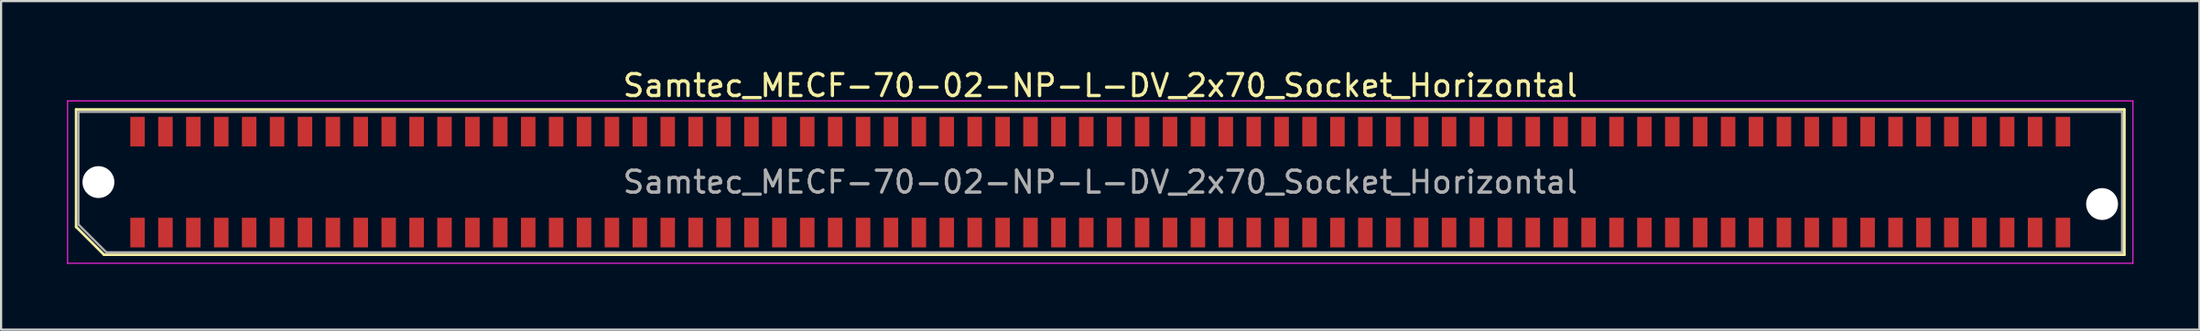
<source format=kicad_pcb>
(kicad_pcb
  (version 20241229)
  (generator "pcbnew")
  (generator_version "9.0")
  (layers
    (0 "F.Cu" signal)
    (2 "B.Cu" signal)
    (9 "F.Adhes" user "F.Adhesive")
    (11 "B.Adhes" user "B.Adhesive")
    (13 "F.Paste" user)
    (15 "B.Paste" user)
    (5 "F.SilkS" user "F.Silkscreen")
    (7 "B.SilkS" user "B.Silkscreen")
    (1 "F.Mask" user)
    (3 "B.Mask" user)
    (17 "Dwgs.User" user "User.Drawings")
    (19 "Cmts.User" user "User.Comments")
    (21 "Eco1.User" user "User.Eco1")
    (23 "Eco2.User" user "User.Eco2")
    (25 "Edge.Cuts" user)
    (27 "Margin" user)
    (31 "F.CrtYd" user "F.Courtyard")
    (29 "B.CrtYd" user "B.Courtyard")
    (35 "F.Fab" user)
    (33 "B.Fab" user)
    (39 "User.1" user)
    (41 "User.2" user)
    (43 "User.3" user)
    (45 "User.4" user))
  (footprint "Samtec_MECF-70-02-NP-L-DV_2x70_Socket_Horizontal"
    (layer "F.Cu")
    (at 47.025 5.248)
    (property "Reference" "Samtec_MECF-70-02-NP-L-DV_2x70_Socket_Horizontal" (at 0 -4.4 0) (layer "F.SilkS") (effects (font (size 1 1) (thickness 0.15))))
    (attr smd)
    (fp_line (start -46.61 -3.31) (end 46.61 -3.31) (stroke (width 0.12) (type solid)) (layer "F.SilkS"))
    (fp_line (start -46.61 2.04) (end -46.61 -3.31) (stroke (width 0.12) (type solid)) (layer "F.SilkS"))
    (fp_line (start -45.34 3.31) (end -46.61 2.04) (stroke (width 0.12) (type solid)) (layer "F.SilkS"))
    (fp_line (start -45.34 3.31) (end 46.61 3.31) (stroke (width 0.12) (type solid)) (layer "F.SilkS"))
    (fp_line (start 46.61 3.31) (end 46.61 -3.31) (stroke (width 0.12) (type solid)) (layer "F.SilkS"))
    (fp_line (start -47 -3.7) (end -47 3.7) (stroke (width 0.05) (type solid)) (layer "F.CrtYd"))
    (fp_line (start -47 3.7) (end 47 3.7) (stroke (width 0.05) (type solid)) (layer "F.CrtYd"))
    (fp_line (start 47 -3.7) (end -47 -3.7) (stroke (width 0.05) (type solid)) (layer "F.CrtYd"))
    (fp_line (start 47 3.7) (end 47 -3.7) (stroke (width 0.05) (type solid)) (layer "F.CrtYd"))
    (fp_line (start -46.505 -3.2) (end 46.505 -3.2) (stroke (width 0.1) (type solid)) (layer "F.Fab"))
    (fp_line (start -46.505 1.93) (end -46.505 -3.2) (stroke (width 0.1) (type solid)) (layer "F.Fab"))
    (fp_line (start -46.505 1.93) (end -45.235 3.2) (stroke (width 0.1) (type solid)) (layer "F.Fab"))
    (fp_line (start -45.235 3.2) (end 46.505 3.2) (stroke (width 0.1) (type solid)) (layer "F.Fab"))
    (fp_line (start 46.505 3.2) (end 46.505 -3.2) (stroke (width 0.1) (type solid)) (layer "F.Fab"))
    (fp_text user "${REFERENCE}" (at 0 0 0) (layer "F.Fab") (effects (font (size 1 1) (thickness 0.15))))
    (pad "" np_thru_hole circle (at -45.595 0) (size 1.45 1.45) (drill 1.45) (layers "*.Cu" "*.Mask"))
    (pad "" np_thru_hole circle (at 45.595 1) (size 1.45 1.45) (drill 1.45) (layers "*.Cu" "*.Mask"))
    (pad "1" smd rect (at -43.815 2.3) (size 0.66 1.35) (layers "F.Cu" "F.Mask" "F.Paste"))
    (pad "2" smd rect (at -43.815 -2.3) (size 0.66 1.35) (layers "F.Cu" "F.Mask" "F.Paste"))
    (pad "3" smd rect (at -42.545 2.3) (size 0.66 1.35) (layers "F.Cu" "F.Mask" "F.Paste"))
    (pad "4" smd rect (at -42.545 -2.3) (size 0.66 1.35) (layers "F.Cu" "F.Mask" "F.Paste"))
    (pad "5" smd rect (at -41.275 2.3) (size 0.66 1.35) (layers "F.Cu" "F.Mask" "F.Paste"))
    (pad "6" smd rect (at -41.275 -2.3) (size 0.66 1.35) (layers "F.Cu" "F.Mask" "F.Paste"))
    (pad "7" smd rect (at -40.005 2.3) (size 0.66 1.35) (layers "F.Cu" "F.Mask" "F.Paste"))
    (pad "8" smd rect (at -40.005 -2.3) (size 0.66 1.35) (layers "F.Cu" "F.Mask" "F.Paste"))
    (pad "9" smd rect (at -38.735 2.3) (size 0.66 1.35) (layers "F.Cu" "F.Mask" "F.Paste"))
    (pad "10" smd rect (at -38.735 -2.3) (size 0.66 1.35) (layers "F.Cu" "F.Mask" "F.Paste"))
    (pad "11" smd rect (at -37.465 2.3) (size 0.66 1.35) (layers "F.Cu" "F.Mask" "F.Paste"))
    (pad "12" smd rect (at -37.465 -2.3) (size 0.66 1.35) (layers "F.Cu" "F.Mask" "F.Paste"))
    (pad "13" smd rect (at -36.195 2.3) (size 0.66 1.35) (layers "F.Cu" "F.Mask" "F.Paste"))
    (pad "14" smd rect (at -36.195 -2.3) (size 0.66 1.35) (layers "F.Cu" "F.Mask" "F.Paste"))
    (pad "15" smd rect (at -34.925 2.3) (size 0.66 1.35) (layers "F.Cu" "F.Mask" "F.Paste"))
    (pad "16" smd rect (at -34.925 -2.3) (size 0.66 1.35) (layers "F.Cu" "F.Mask" "F.Paste"))
    (pad "17" smd rect (at -33.655 2.3) (size 0.66 1.35) (layers "F.Cu" "F.Mask" "F.Paste"))
    (pad "18" smd rect (at -33.655 -2.3) (size 0.66 1.35) (layers "F.Cu" "F.Mask" "F.Paste"))
    (pad "19" smd rect (at -32.385 2.3) (size 0.66 1.35) (layers "F.Cu" "F.Mask" "F.Paste"))
    (pad "20" smd rect (at -32.385 -2.3) (size 0.66 1.35) (layers "F.Cu" "F.Mask" "F.Paste"))
    (pad "21" smd rect (at -31.115 2.3) (size 0.66 1.35) (layers "F.Cu" "F.Mask" "F.Paste"))
    (pad "22" smd rect (at -31.115 -2.3) (size 0.66 1.35) (layers "F.Cu" "F.Mask" "F.Paste"))
    (pad "23" smd rect (at -29.845 2.3) (size 0.66 1.35) (layers "F.Cu" "F.Mask" "F.Paste"))
    (pad "24" smd rect (at -29.845 -2.3) (size 0.66 1.35) (layers "F.Cu" "F.Mask" "F.Paste"))
    (pad "25" smd rect (at -28.575 2.3) (size 0.66 1.35) (layers "F.Cu" "F.Mask" "F.Paste"))
    (pad "26" smd rect (at -28.575 -2.3) (size 0.66 1.35) (layers "F.Cu" "F.Mask" "F.Paste"))
    (pad "27" smd rect (at -27.305 2.3) (size 0.66 1.35) (layers "F.Cu" "F.Mask" "F.Paste"))
    (pad "28" smd rect (at -27.305 -2.3) (size 0.66 1.35) (layers "F.Cu" "F.Mask" "F.Paste"))
    (pad "29" smd rect (at -26.035 2.3) (size 0.66 1.35) (layers "F.Cu" "F.Mask" "F.Paste"))
    (pad "30" smd rect (at -26.035 -2.3) (size 0.66 1.35) (layers "F.Cu" "F.Mask" "F.Paste"))
    (pad "31" smd rect (at -24.765 2.3) (size 0.66 1.35) (layers "F.Cu" "F.Mask" "F.Paste"))
    (pad "32" smd rect (at -24.765 -2.3) (size 0.66 1.35) (layers "F.Cu" "F.Mask" "F.Paste"))
    (pad "33" smd rect (at -23.495 2.3) (size 0.66 1.35) (layers "F.Cu" "F.Mask" "F.Paste"))
    (pad "34" smd rect (at -23.495 -2.3) (size 0.66 1.35) (layers "F.Cu" "F.Mask" "F.Paste"))
    (pad "35" smd rect (at -22.225 2.3) (size 0.66 1.35) (layers "F.Cu" "F.Mask" "F.Paste"))
    (pad "36" smd rect (at -22.225 -2.3) (size 0.66 1.35) (layers "F.Cu" "F.Mask" "F.Paste"))
    (pad "37" smd rect (at -20.955 2.3) (size 0.66 1.35) (layers "F.Cu" "F.Mask" "F.Paste"))
    (pad "38" smd rect (at -20.955 -2.3) (size 0.66 1.35) (layers "F.Cu" "F.Mask" "F.Paste"))
    (pad "39" smd rect (at -19.685 2.3) (size 0.66 1.35) (layers "F.Cu" "F.Mask" "F.Paste"))
    (pad "40" smd rect (at -19.685 -2.3) (size 0.66 1.35) (layers "F.Cu" "F.Mask" "F.Paste"))
    (pad "41" smd rect (at -18.415 2.3) (size 0.66 1.35) (layers "F.Cu" "F.Mask" "F.Paste"))
    (pad "42" smd rect (at -18.415 -2.3) (size 0.66 1.35) (layers "F.Cu" "F.Mask" "F.Paste"))
    (pad "43" smd rect (at -17.145 2.3) (size 0.66 1.35) (layers "F.Cu" "F.Mask" "F.Paste"))
    (pad "44" smd rect (at -17.145 -2.3) (size 0.66 1.35) (layers "F.Cu" "F.Mask" "F.Paste"))
    (pad "45" smd rect (at -15.875 2.3) (size 0.66 1.35) (layers "F.Cu" "F.Mask" "F.Paste"))
    (pad "46" smd rect (at -15.875 -2.3) (size 0.66 1.35) (layers "F.Cu" "F.Mask" "F.Paste"))
    (pad "47" smd rect (at -14.605 2.3) (size 0.66 1.35) (layers "F.Cu" "F.Mask" "F.Paste"))
    (pad "48" smd rect (at -14.605 -2.3) (size 0.66 1.35) (layers "F.Cu" "F.Mask" "F.Paste"))
    (pad "49" smd rect (at -13.335 2.3) (size 0.66 1.35) (layers "F.Cu" "F.Mask" "F.Paste"))
    (pad "50" smd rect (at -13.335 -2.3) (size 0.66 1.35) (layers "F.Cu" "F.Mask" "F.Paste"))
    (pad "51" smd rect (at -12.065 2.3) (size 0.66 1.35) (layers "F.Cu" "F.Mask" "F.Paste"))
    (pad "52" smd rect (at -12.065 -2.3) (size 0.66 1.35) (layers "F.Cu" "F.Mask" "F.Paste"))
    (pad "53" smd rect (at -10.795 2.3) (size 0.66 1.35) (layers "F.Cu" "F.Mask" "F.Paste"))
    (pad "54" smd rect (at -10.795 -2.3) (size 0.66 1.35) (layers "F.Cu" "F.Mask" "F.Paste"))
    (pad "55" smd rect (at -9.525 2.3) (size 0.66 1.35) (layers "F.Cu" "F.Mask" "F.Paste"))
    (pad "56" smd rect (at -9.525 -2.3) (size 0.66 1.35) (layers "F.Cu" "F.Mask" "F.Paste"))
    (pad "57" smd rect (at -8.255 2.3) (size 0.66 1.35) (layers "F.Cu" "F.Mask" "F.Paste"))
    (pad "58" smd rect (at -8.255 -2.3) (size 0.66 1.35) (layers "F.Cu" "F.Mask" "F.Paste"))
    (pad "59" smd rect (at -6.985 2.3) (size 0.66 1.35) (layers "F.Cu" "F.Mask" "F.Paste"))
    (pad "60" smd rect (at -6.985 -2.3) (size 0.66 1.35) (layers "F.Cu" "F.Mask" "F.Paste"))
    (pad "61" smd rect (at -5.715 2.3) (size 0.66 1.35) (layers "F.Cu" "F.Mask" "F.Paste"))
    (pad "62" smd rect (at -5.715 -2.3) (size 0.66 1.35) (layers "F.Cu" "F.Mask" "F.Paste"))
    (pad "63" smd rect (at -4.445 2.3) (size 0.66 1.35) (layers "F.Cu" "F.Mask" "F.Paste"))
    (pad "64" smd rect (at -4.445 -2.3) (size 0.66 1.35) (layers "F.Cu" "F.Mask" "F.Paste"))
    (pad "65" smd rect (at -3.175 2.3) (size 0.66 1.35) (layers "F.Cu" "F.Mask" "F.Paste"))
    (pad "66" smd rect (at -3.175 -2.3) (size 0.66 1.35) (layers "F.Cu" "F.Mask" "F.Paste"))
    (pad "67" smd rect (at -1.905 2.3) (size 0.66 1.35) (layers "F.Cu" "F.Mask" "F.Paste"))
    (pad "68" smd rect (at -1.905 -2.3) (size 0.66 1.35) (layers "F.Cu" "F.Mask" "F.Paste"))
    (pad "69" smd rect (at -0.635 2.3) (size 0.66 1.35) (layers "F.Cu" "F.Mask" "F.Paste"))
    (pad "70" smd rect (at -0.635 -2.3) (size 0.66 1.35) (layers "F.Cu" "F.Mask" "F.Paste"))
    (pad "71" smd rect (at 0.635 2.3) (size 0.66 1.35) (layers "F.Cu" "F.Mask" "F.Paste"))
    (pad "72" smd rect (at 0.635 -2.3) (size 0.66 1.35) (layers "F.Cu" "F.Mask" "F.Paste"))
    (pad "73" smd rect (at 1.905 2.3) (size 0.66 1.35) (layers "F.Cu" "F.Mask" "F.Paste"))
    (pad "74" smd rect (at 1.905 -2.3) (size 0.66 1.35) (layers "F.Cu" "F.Mask" "F.Paste"))
    (pad "75" smd rect (at 3.175 2.3) (size 0.66 1.35) (layers "F.Cu" "F.Mask" "F.Paste"))
    (pad "76" smd rect (at 3.175 -2.3) (size 0.66 1.35) (layers "F.Cu" "F.Mask" "F.Paste"))
    (pad "77" smd rect (at 4.445 2.3) (size 0.66 1.35) (layers "F.Cu" "F.Mask" "F.Paste"))
    (pad "78" smd rect (at 4.445 -2.3) (size 0.66 1.35) (layers "F.Cu" "F.Mask" "F.Paste"))
    (pad "79" smd rect (at 5.715 2.3) (size 0.66 1.35) (layers "F.Cu" "F.Mask" "F.Paste"))
    (pad "80" smd rect (at 5.715 -2.3) (size 0.66 1.35) (layers "F.Cu" "F.Mask" "F.Paste"))
    (pad "81" smd rect (at 6.985 2.3) (size 0.66 1.35) (layers "F.Cu" "F.Mask" "F.Paste"))
    (pad "82" smd rect (at 6.985 -2.3) (size 0.66 1.35) (layers "F.Cu" "F.Mask" "F.Paste"))
    (pad "83" smd rect (at 8.255 2.3) (size 0.66 1.35) (layers "F.Cu" "F.Mask" "F.Paste"))
    (pad "84" smd rect (at 8.255 -2.3) (size 0.66 1.35) (layers "F.Cu" "F.Mask" "F.Paste"))
    (pad "85" smd rect (at 9.525 2.3) (size 0.66 1.35) (layers "F.Cu" "F.Mask" "F.Paste"))
    (pad "86" smd rect (at 9.525 -2.3) (size 0.66 1.35) (layers "F.Cu" "F.Mask" "F.Paste"))
    (pad "87" smd rect (at 10.795 2.3) (size 0.66 1.35) (layers "F.Cu" "F.Mask" "F.Paste"))
    (pad "88" smd rect (at 10.795 -2.3) (size 0.66 1.35) (layers "F.Cu" "F.Mask" "F.Paste"))
    (pad "89" smd rect (at 12.065 2.3) (size 0.66 1.35) (layers "F.Cu" "F.Mask" "F.Paste"))
    (pad "90" smd rect (at 12.065 -2.3) (size 0.66 1.35) (layers "F.Cu" "F.Mask" "F.Paste"))
    (pad "91" smd rect (at 13.335 2.3) (size 0.66 1.35) (layers "F.Cu" "F.Mask" "F.Paste"))
    (pad "92" smd rect (at 13.335 -2.3) (size 0.66 1.35) (layers "F.Cu" "F.Mask" "F.Paste"))
    (pad "93" smd rect (at 14.605 2.3) (size 0.66 1.35) (layers "F.Cu" "F.Mask" "F.Paste"))
    (pad "94" smd rect (at 14.605 -2.3) (size 0.66 1.35) (layers "F.Cu" "F.Mask" "F.Paste"))
    (pad "95" smd rect (at 15.875 2.3) (size 0.66 1.35) (layers "F.Cu" "F.Mask" "F.Paste"))
    (pad "96" smd rect (at 15.875 -2.3) (size 0.66 1.35) (layers "F.Cu" "F.Mask" "F.Paste"))
    (pad "97" smd rect (at 17.145 2.3) (size 0.66 1.35) (layers "F.Cu" "F.Mask" "F.Paste"))
    (pad "98" smd rect (at 17.145 -2.3) (size 0.66 1.35) (layers "F.Cu" "F.Mask" "F.Paste"))
    (pad "99" smd rect (at 18.415 2.3) (size 0.66 1.35) (layers "F.Cu" "F.Mask" "F.Paste"))
    (pad "100" smd rect (at 18.415 -2.3) (size 0.66 1.35) (layers "F.Cu" "F.Mask" "F.Paste"))
    (pad "101" smd rect (at 19.685 2.3) (size 0.66 1.35) (layers "F.Cu" "F.Mask" "F.Paste"))
    (pad "102" smd rect (at 19.685 -2.3) (size 0.66 1.35) (layers "F.Cu" "F.Mask" "F.Paste"))
    (pad "103" smd rect (at 20.955 2.3) (size 0.66 1.35) (layers "F.Cu" "F.Mask" "F.Paste"))
    (pad "104" smd rect (at 20.955 -2.3) (size 0.66 1.35) (layers "F.Cu" "F.Mask" "F.Paste"))
    (pad "105" smd rect (at 22.225 2.3) (size 0.66 1.35) (layers "F.Cu" "F.Mask" "F.Paste"))
    (pad "106" smd rect (at 22.225 -2.3) (size 0.66 1.35) (layers "F.Cu" "F.Mask" "F.Paste"))
    (pad "107" smd rect (at 23.495 2.3) (size 0.66 1.35) (layers "F.Cu" "F.Mask" "F.Paste"))
    (pad "108" smd rect (at 23.495 -2.3) (size 0.66 1.35) (layers "F.Cu" "F.Mask" "F.Paste"))
    (pad "109" smd rect (at 24.765 2.3) (size 0.66 1.35) (layers "F.Cu" "F.Mask" "F.Paste"))
    (pad "110" smd rect (at 24.765 -2.3) (size 0.66 1.35) (layers "F.Cu" "F.Mask" "F.Paste"))
    (pad "111" smd rect (at 26.035 2.3) (size 0.66 1.35) (layers "F.Cu" "F.Mask" "F.Paste"))
    (pad "112" smd rect (at 26.035 -2.3) (size 0.66 1.35) (layers "F.Cu" "F.Mask" "F.Paste"))
    (pad "113" smd rect (at 27.305 2.3) (size 0.66 1.35) (layers "F.Cu" "F.Mask" "F.Paste"))
    (pad "114" smd rect (at 27.305 -2.3) (size 0.66 1.35) (layers "F.Cu" "F.Mask" "F.Paste"))
    (pad "115" smd rect (at 28.575 2.3) (size 0.66 1.35) (layers "F.Cu" "F.Mask" "F.Paste"))
    (pad "116" smd rect (at 28.575 -2.3) (size 0.66 1.35) (layers "F.Cu" "F.Mask" "F.Paste"))
    (pad "117" smd rect (at 29.845 2.3) (size 0.66 1.35) (layers "F.Cu" "F.Mask" "F.Paste"))
    (pad "118" smd rect (at 29.845 -2.3) (size 0.66 1.35) (layers "F.Cu" "F.Mask" "F.Paste"))
    (pad "119" smd rect (at 31.115 2.3) (size 0.66 1.35) (layers "F.Cu" "F.Mask" "F.Paste"))
    (pad "120" smd rect (at 31.115 -2.3) (size 0.66 1.35) (layers "F.Cu" "F.Mask" "F.Paste"))
    (pad "121" smd rect (at 32.385 2.3) (size 0.66 1.35) (layers "F.Cu" "F.Mask" "F.Paste"))
    (pad "122" smd rect (at 32.385 -2.3) (size 0.66 1.35) (layers "F.Cu" "F.Mask" "F.Paste"))
    (pad "123" smd rect (at 33.655 2.3) (size 0.66 1.35) (layers "F.Cu" "F.Mask" "F.Paste"))
    (pad "124" smd rect (at 33.655 -2.3) (size 0.66 1.35) (layers "F.Cu" "F.Mask" "F.Paste"))
    (pad "125" smd rect (at 34.925 2.3) (size 0.66 1.35) (layers "F.Cu" "F.Mask" "F.Paste"))
    (pad "126" smd rect (at 34.925 -2.3) (size 0.66 1.35) (layers "F.Cu" "F.Mask" "F.Paste"))
    (pad "127" smd rect (at 36.195 2.3) (size 0.66 1.35) (layers "F.Cu" "F.Mask" "F.Paste"))
    (pad "128" smd rect (at 36.195 -2.3) (size 0.66 1.35) (layers "F.Cu" "F.Mask" "F.Paste"))
    (pad "129" smd rect (at 37.465 2.3) (size 0.66 1.35) (layers "F.Cu" "F.Mask" "F.Paste"))
    (pad "130" smd rect (at 37.465 -2.3) (size 0.66 1.35) (layers "F.Cu" "F.Mask" "F.Paste"))
    (pad "131" smd rect (at 38.735 2.3) (size 0.66 1.35) (layers "F.Cu" "F.Mask" "F.Paste"))
    (pad "132" smd rect (at 38.735 -2.3) (size 0.66 1.35) (layers "F.Cu" "F.Mask" "F.Paste"))
    (pad "133" smd rect (at 40.005 2.3) (size 0.66 1.35) (layers "F.Cu" "F.Mask" "F.Paste"))
    (pad "134" smd rect (at 40.005 -2.3) (size 0.66 1.35) (layers "F.Cu" "F.Mask" "F.Paste"))
    (pad "135" smd rect (at 41.275 2.3) (size 0.66 1.35) (layers "F.Cu" "F.Mask" "F.Paste"))
    (pad "136" smd rect (at 41.275 -2.3) (size 0.66 1.35) (layers "F.Cu" "F.Mask" "F.Paste"))
    (pad "137" smd rect (at 42.545 2.3) (size 0.66 1.35) (layers "F.Cu" "F.Mask" "F.Paste"))
    (pad "138" smd rect (at 42.545 -2.3) (size 0.66 1.35) (layers "F.Cu" "F.Mask" "F.Paste"))
    (pad "139" smd rect (at 43.815 2.3) (size 0.66 1.35) (layers "F.Cu" "F.Mask" "F.Paste"))
    (pad "140" smd rect (at 43.815 -2.3) (size 0.66 1.35) (layers "F.Cu" "F.Mask" "F.Paste")))
  (gr_rect
    (start -3 -3)
    (end 97.05 11.973)
    (stroke (width 0.1) (type default))
    (fill no)
    (layer "Edge.Cuts")))
</source>
